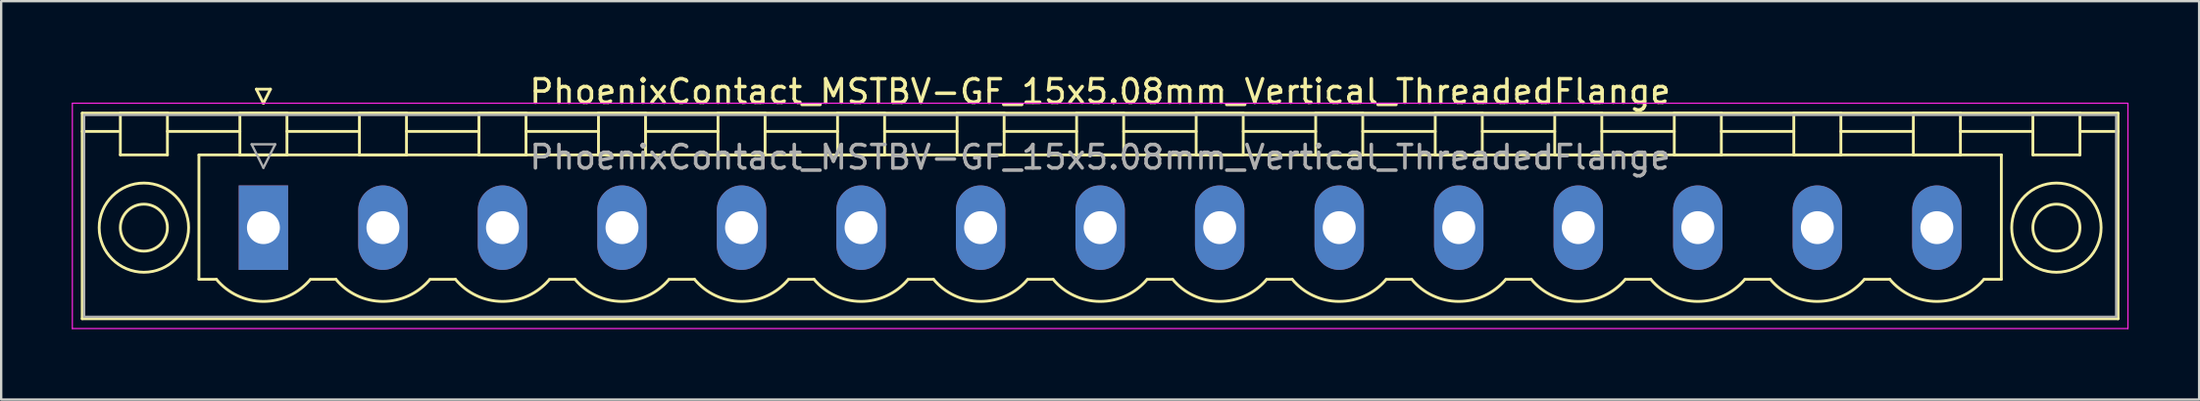
<source format=kicad_pcb>
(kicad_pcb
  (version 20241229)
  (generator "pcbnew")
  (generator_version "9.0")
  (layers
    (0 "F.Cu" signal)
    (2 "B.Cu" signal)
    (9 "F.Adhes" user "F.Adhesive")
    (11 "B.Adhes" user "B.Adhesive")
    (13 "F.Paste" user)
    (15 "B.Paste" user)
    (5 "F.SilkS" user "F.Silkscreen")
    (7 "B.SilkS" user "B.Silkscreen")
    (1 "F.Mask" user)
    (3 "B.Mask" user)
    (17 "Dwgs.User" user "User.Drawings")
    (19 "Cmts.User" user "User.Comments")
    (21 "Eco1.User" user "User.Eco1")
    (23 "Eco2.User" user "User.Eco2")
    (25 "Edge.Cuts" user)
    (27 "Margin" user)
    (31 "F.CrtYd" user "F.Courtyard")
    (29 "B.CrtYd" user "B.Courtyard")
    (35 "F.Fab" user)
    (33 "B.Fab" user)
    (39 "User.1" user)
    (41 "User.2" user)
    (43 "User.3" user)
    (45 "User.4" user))
  (footprint "PhoenixContact_MSTBV-GF_15x5.08mm_Vertical_ThreadedFlange"
    (layer "F.Cu")
    (at 8.145 6.648)
    (property "Reference" "PhoenixContact_MSTBV-GF_15x5.08mm_Vertical_ThreadedFlange" (at 35.56 -5.8 0) (layer "F.SilkS") (effects (font (size 1 1) (thickness 0.15))))
    (attr through_hole)
    (fp_line (start -7.7 -4.88) (end -7.7 3.88) (stroke (width 0.12) (type solid)) (layer "F.SilkS"))
    (fp_line (start -7.7 -4.1) (end -6.16 -4.1) (stroke (width 0.12) (type solid)) (layer "F.SilkS"))
    (fp_line (start -7.7 3.88) (end 78.82 3.88) (stroke (width 0.12) (type solid)) (layer "F.SilkS"))
    (fp_line (start -6.08 -4.88) (end -4.08 -4.88) (stroke (width 0.12) (type solid)) (layer "F.SilkS"))
    (fp_line (start -6.08 -3.1) (end -6.08 -4.88) (stroke (width 0.12) (type solid)) (layer "F.SilkS"))
    (fp_line (start -4.08 -4.88) (end -4.08 -3.1) (stroke (width 0.12) (type solid)) (layer "F.SilkS"))
    (fp_line (start -4.08 -4.1) (end -1 -4.1) (stroke (width 0.12) (type solid)) (layer "F.SilkS"))
    (fp_line (start -4.08 -3.1) (end -6.08 -3.1) (stroke (width 0.12) (type solid)) (layer "F.SilkS"))
    (fp_line (start -2.74 -3.1) (end 73.86 -3.1) (stroke (width 0.12) (type solid)) (layer "F.SilkS"))
    (fp_line (start -2.74 2.2) (end -2.74 -3.1) (stroke (width 0.12) (type solid)) (layer "F.SilkS"))
    (fp_line (start -2 2.2) (end -2.74 2.2) (stroke (width 0.12) (type solid)) (layer "F.SilkS"))
    (fp_line (start -1 -4.88) (end 1 -4.88) (stroke (width 0.12) (type solid)) (layer "F.SilkS"))
    (fp_line (start -1 -3.1) (end -1 -4.88) (stroke (width 0.12) (type solid)) (layer "F.SilkS"))
    (fp_line (start -0.3 -5.9) (end 0.3 -5.9) (stroke (width 0.12) (type solid)) (layer "F.SilkS"))
    (fp_line (start 0 -5.3) (end -0.3 -5.9) (stroke (width 0.12) (type solid)) (layer "F.SilkS"))
    (fp_line (start 0.3 -5.9) (end 0 -5.3) (stroke (width 0.12) (type solid)) (layer "F.SilkS"))
    (fp_line (start 1 -4.88) (end 1 -3.1) (stroke (width 0.12) (type solid)) (layer "F.SilkS"))
    (fp_line (start 1 -4.1) (end 4.08 -4.1) (stroke (width 0.12) (type solid)) (layer "F.SilkS"))
    (fp_line (start 1 -3.1) (end -1 -3.1) (stroke (width 0.12) (type solid)) (layer "F.SilkS"))
    (fp_line (start 2 2.2) (end 3.08 2.2) (stroke (width 0.12) (type solid)) (layer "F.SilkS"))
    (fp_line (start 4.08 -4.88) (end 6.08 -4.88) (stroke (width 0.12) (type solid)) (layer "F.SilkS"))
    (fp_line (start 4.08 -3.1) (end 4.08 -4.88) (stroke (width 0.12) (type solid)) (layer "F.SilkS"))
    (fp_line (start 6.08 -4.88) (end 6.08 -3.1) (stroke (width 0.12) (type solid)) (layer "F.SilkS"))
    (fp_line (start 6.08 -4.1) (end 9.16 -4.1) (stroke (width 0.12) (type solid)) (layer "F.SilkS"))
    (fp_line (start 6.08 -3.1) (end 4.08 -3.1) (stroke (width 0.12) (type solid)) (layer "F.SilkS"))
    (fp_line (start 7.08 2.2) (end 8.16 2.2) (stroke (width 0.12) (type solid)) (layer "F.SilkS"))
    (fp_line (start 9.16 -4.88) (end 11.16 -4.88) (stroke (width 0.12) (type solid)) (layer "F.SilkS"))
    (fp_line (start 9.16 -3.1) (end 9.16 -4.88) (stroke (width 0.12) (type solid)) (layer "F.SilkS"))
    (fp_line (start 11.16 -4.88) (end 11.16 -3.1) (stroke (width 0.12) (type solid)) (layer "F.SilkS"))
    (fp_line (start 11.16 -4.1) (end 14.24 -4.1) (stroke (width 0.12) (type solid)) (layer "F.SilkS"))
    (fp_line (start 11.16 -3.1) (end 9.16 -3.1) (stroke (width 0.12) (type solid)) (layer "F.SilkS"))
    (fp_line (start 12.16 2.2) (end 13.24 2.2) (stroke (width 0.12) (type solid)) (layer "F.SilkS"))
    (fp_line (start 14.24 -4.88) (end 16.24 -4.88) (stroke (width 0.12) (type solid)) (layer "F.SilkS"))
    (fp_line (start 14.24 -3.1) (end 14.24 -4.88) (stroke (width 0.12) (type solid)) (layer "F.SilkS"))
    (fp_line (start 16.24 -4.88) (end 16.24 -3.1) (stroke (width 0.12) (type solid)) (layer "F.SilkS"))
    (fp_line (start 16.24 -4.1) (end 19.32 -4.1) (stroke (width 0.12) (type solid)) (layer "F.SilkS"))
    (fp_line (start 16.24 -3.1) (end 14.24 -3.1) (stroke (width 0.12) (type solid)) (layer "F.SilkS"))
    (fp_line (start 17.24 2.2) (end 18.32 2.2) (stroke (width 0.12) (type solid)) (layer "F.SilkS"))
    (fp_line (start 19.32 -4.88) (end 21.32 -4.88) (stroke (width 0.12) (type solid)) (layer "F.SilkS"))
    (fp_line (start 19.32 -3.1) (end 19.32 -4.88) (stroke (width 0.12) (type solid)) (layer "F.SilkS"))
    (fp_line (start 21.32 -4.88) (end 21.32 -3.1) (stroke (width 0.12) (type solid)) (layer "F.SilkS"))
    (fp_line (start 21.32 -4.1) (end 24.4 -4.1) (stroke (width 0.12) (type solid)) (layer "F.SilkS"))
    (fp_line (start 21.32 -3.1) (end 19.32 -3.1) (stroke (width 0.12) (type solid)) (layer "F.SilkS"))
    (fp_line (start 22.32 2.2) (end 23.4 2.2) (stroke (width 0.12) (type solid)) (layer "F.SilkS"))
    (fp_line (start 24.4 -4.88) (end 26.4 -4.88) (stroke (width 0.12) (type solid)) (layer "F.SilkS"))
    (fp_line (start 24.4 -3.1) (end 24.4 -4.88) (stroke (width 0.12) (type solid)) (layer "F.SilkS"))
    (fp_line (start 26.4 -4.88) (end 26.4 -3.1) (stroke (width 0.12) (type solid)) (layer "F.SilkS"))
    (fp_line (start 26.4 -4.1) (end 29.48 -4.1) (stroke (width 0.12) (type solid)) (layer "F.SilkS"))
    (fp_line (start 26.4 -3.1) (end 24.4 -3.1) (stroke (width 0.12) (type solid)) (layer "F.SilkS"))
    (fp_line (start 27.4 2.2) (end 28.48 2.2) (stroke (width 0.12) (type solid)) (layer "F.SilkS"))
    (fp_line (start 29.48 -4.88) (end 31.48 -4.88) (stroke (width 0.12) (type solid)) (layer "F.SilkS"))
    (fp_line (start 29.48 -3.1) (end 29.48 -4.88) (stroke (width 0.12) (type solid)) (layer "F.SilkS"))
    (fp_line (start 31.48 -4.88) (end 31.48 -3.1) (stroke (width 0.12) (type solid)) (layer "F.SilkS"))
    (fp_line (start 31.48 -4.1) (end 34.56 -4.1) (stroke (width 0.12) (type solid)) (layer "F.SilkS"))
    (fp_line (start 31.48 -3.1) (end 29.48 -3.1) (stroke (width 0.12) (type solid)) (layer "F.SilkS"))
    (fp_line (start 32.48 2.2) (end 33.56 2.2) (stroke (width 0.12) (type solid)) (layer "F.SilkS"))
    (fp_line (start 34.56 -4.88) (end 36.56 -4.88) (stroke (width 0.12) (type solid)) (layer "F.SilkS"))
    (fp_line (start 34.56 -3.1) (end 34.56 -4.88) (stroke (width 0.12) (type solid)) (layer "F.SilkS"))
    (fp_line (start 36.56 -4.88) (end 36.56 -3.1) (stroke (width 0.12) (type solid)) (layer "F.SilkS"))
    (fp_line (start 36.56 -4.1) (end 39.64 -4.1) (stroke (width 0.12) (type solid)) (layer "F.SilkS"))
    (fp_line (start 36.56 -3.1) (end 34.56 -3.1) (stroke (width 0.12) (type solid)) (layer "F.SilkS"))
    (fp_line (start 37.56 2.2) (end 38.64 2.2) (stroke (width 0.12) (type solid)) (layer "F.SilkS"))
    (fp_line (start 39.64 -4.88) (end 41.64 -4.88) (stroke (width 0.12) (type solid)) (layer "F.SilkS"))
    (fp_line (start 39.64 -3.1) (end 39.64 -4.88) (stroke (width 0.12) (type solid)) (layer "F.SilkS"))
    (fp_line (start 41.64 -4.88) (end 41.64 -3.1) (stroke (width 0.12) (type solid)) (layer "F.SilkS"))
    (fp_line (start 41.64 -4.1) (end 44.72 -4.1) (stroke (width 0.12) (type solid)) (layer "F.SilkS"))
    (fp_line (start 41.64 -3.1) (end 39.64 -3.1) (stroke (width 0.12) (type solid)) (layer "F.SilkS"))
    (fp_line (start 42.64 2.2) (end 43.72 2.2) (stroke (width 0.12) (type solid)) (layer "F.SilkS"))
    (fp_line (start 44.72 -4.88) (end 46.72 -4.88) (stroke (width 0.12) (type solid)) (layer "F.SilkS"))
    (fp_line (start 44.72 -3.1) (end 44.72 -4.88) (stroke (width 0.12) (type solid)) (layer "F.SilkS"))
    (fp_line (start 46.72 -4.88) (end 46.72 -3.1) (stroke (width 0.12) (type solid)) (layer "F.SilkS"))
    (fp_line (start 46.72 -4.1) (end 49.8 -4.1) (stroke (width 0.12) (type solid)) (layer "F.SilkS"))
    (fp_line (start 46.72 -3.1) (end 44.72 -3.1) (stroke (width 0.12) (type solid)) (layer "F.SilkS"))
    (fp_line (start 47.72 2.2) (end 48.8 2.2) (stroke (width 0.12) (type solid)) (layer "F.SilkS"))
    (fp_line (start 49.8 -4.88) (end 51.8 -4.88) (stroke (width 0.12) (type solid)) (layer "F.SilkS"))
    (fp_line (start 49.8 -3.1) (end 49.8 -4.88) (stroke (width 0.12) (type solid)) (layer "F.SilkS"))
    (fp_line (start 51.8 -4.88) (end 51.8 -3.1) (stroke (width 0.12) (type solid)) (layer "F.SilkS"))
    (fp_line (start 51.8 -4.1) (end 54.88 -4.1) (stroke (width 0.12) (type solid)) (layer "F.SilkS"))
    (fp_line (start 51.8 -3.1) (end 49.8 -3.1) (stroke (width 0.12) (type solid)) (layer "F.SilkS"))
    (fp_line (start 52.8 2.2) (end 53.88 2.2) (stroke (width 0.12) (type solid)) (layer "F.SilkS"))
    (fp_line (start 54.88 -4.88) (end 56.88 -4.88) (stroke (width 0.12) (type solid)) (layer "F.SilkS"))
    (fp_line (start 54.88 -3.1) (end 54.88 -4.88) (stroke (width 0.12) (type solid)) (layer "F.SilkS"))
    (fp_line (start 56.88 -4.88) (end 56.88 -3.1) (stroke (width 0.12) (type solid)) (layer "F.SilkS"))
    (fp_line (start 56.88 -4.1) (end 59.96 -4.1) (stroke (width 0.12) (type solid)) (layer "F.SilkS"))
    (fp_line (start 56.88 -3.1) (end 54.88 -3.1) (stroke (width 0.12) (type solid)) (layer "F.SilkS"))
    (fp_line (start 57.88 2.2) (end 58.96 2.2) (stroke (width 0.12) (type solid)) (layer "F.SilkS"))
    (fp_line (start 59.96 -4.88) (end 61.96 -4.88) (stroke (width 0.12) (type solid)) (layer "F.SilkS"))
    (fp_line (start 59.96 -3.1) (end 59.96 -4.88) (stroke (width 0.12) (type solid)) (layer "F.SilkS"))
    (fp_line (start 61.96 -4.88) (end 61.96 -3.1) (stroke (width 0.12) (type solid)) (layer "F.SilkS"))
    (fp_line (start 61.96 -4.1) (end 65.04 -4.1) (stroke (width 0.12) (type solid)) (layer "F.SilkS"))
    (fp_line (start 61.96 -3.1) (end 59.96 -3.1) (stroke (width 0.12) (type solid)) (layer "F.SilkS"))
    (fp_line (start 62.96 2.2) (end 64.04 2.2) (stroke (width 0.12) (type solid)) (layer "F.SilkS"))
    (fp_line (start 65.04 -4.88) (end 67.04 -4.88) (stroke (width 0.12) (type solid)) (layer "F.SilkS"))
    (fp_line (start 65.04 -3.1) (end 65.04 -4.88) (stroke (width 0.12) (type solid)) (layer "F.SilkS"))
    (fp_line (start 67.04 -4.88) (end 67.04 -3.1) (stroke (width 0.12) (type solid)) (layer "F.SilkS"))
    (fp_line (start 67.04 -4.1) (end 70.12 -4.1) (stroke (width 0.12) (type solid)) (layer "F.SilkS"))
    (fp_line (start 67.04 -3.1) (end 65.04 -3.1) (stroke (width 0.12) (type solid)) (layer "F.SilkS"))
    (fp_line (start 68.04 2.2) (end 69.12 2.2) (stroke (width 0.12) (type solid)) (layer "F.SilkS"))
    (fp_line (start 70.12 -4.88) (end 72.12 -4.88) (stroke (width 0.12) (type solid)) (layer "F.SilkS"))
    (fp_line (start 70.12 -3.1) (end 70.12 -4.88) (stroke (width 0.12) (type solid)) (layer "F.SilkS"))
    (fp_line (start 72.12 -4.88) (end 72.12 -3.1) (stroke (width 0.12) (type solid)) (layer "F.SilkS"))
    (fp_line (start 72.12 -4.1) (end 75.2 -4.1) (stroke (width 0.12) (type solid)) (layer "F.SilkS"))
    (fp_line (start 72.12 -3.1) (end 70.12 -3.1) (stroke (width 0.12) (type solid)) (layer "F.SilkS"))
    (fp_line (start 73.86 -3.1) (end 73.86 2.2) (stroke (width 0.12) (type solid)) (layer "F.SilkS"))
    (fp_line (start 73.86 2.2) (end 73.12 2.2) (stroke (width 0.12) (type solid)) (layer "F.SilkS"))
    (fp_line (start 75.2 -4.88) (end 77.2 -4.88) (stroke (width 0.12) (type solid)) (layer "F.SilkS"))
    (fp_line (start 75.2 -3.1) (end 75.2 -4.88) (stroke (width 0.12) (type solid)) (layer "F.SilkS"))
    (fp_line (start 77.2 -4.88) (end 77.2 -3.1) (stroke (width 0.12) (type solid)) (layer "F.SilkS"))
    (fp_line (start 77.2 -3.1) (end 75.2 -3.1) (stroke (width 0.12) (type solid)) (layer "F.SilkS"))
    (fp_line (start 78.82 -4.88) (end -7.7 -4.88) (stroke (width 0.12) (type solid)) (layer "F.SilkS"))
    (fp_line (start 78.82 -4.1) (end 77.28 -4.1) (stroke (width 0.12) (type solid)) (layer "F.SilkS"))
    (fp_line (start 78.82 3.88) (end 78.82 -4.88) (stroke (width 0.12) (type solid)) (layer "F.SilkS"))
    (fp_arc (start 1.986842 2.215821) (mid -0.010289 3.142758) (end -2 2.2) (stroke (width 0.12) (type solid)) (layer "F.SilkS"))
    (fp_arc (start 7.066842 2.215821) (mid 5.069711 3.142758) (end 3.08 2.2) (stroke (width 0.12) (type solid)) (layer "F.SilkS"))
    (fp_arc (start 12.146842 2.215821) (mid 10.149711 3.142758) (end 8.16 2.2) (stroke (width 0.12) (type solid)) (layer "F.SilkS"))
    (fp_arc (start 17.226842 2.215821) (mid 15.229711 3.142758) (end 13.24 2.2) (stroke (width 0.12) (type solid)) (layer "F.SilkS"))
    (fp_arc (start 22.306842 2.215821) (mid 20.309711 3.142758) (end 18.32 2.2) (stroke (width 0.12) (type solid)) (layer "F.SilkS"))
    (fp_arc (start 27.386842 2.215821) (mid 25.389711 3.142758) (end 23.4 2.2) (stroke (width 0.12) (type solid)) (layer "F.SilkS"))
    (fp_arc (start 32.466842 2.215821) (mid 30.469711 3.142758) (end 28.48 2.2) (stroke (width 0.12) (type solid)) (layer "F.SilkS"))
    (fp_arc (start 37.546842 2.215821) (mid 35.549711 3.142758) (end 33.56 2.2) (stroke (width 0.12) (type solid)) (layer "F.SilkS"))
    (fp_arc (start 42.626842 2.215821) (mid 40.629711 3.142758) (end 38.64 2.2) (stroke (width 0.12) (type solid)) (layer "F.SilkS"))
    (fp_arc (start 47.706842 2.215821) (mid 45.709711 3.142758) (end 43.72 2.2) (stroke (width 0.12) (type solid)) (layer "F.SilkS"))
    (fp_arc (start 52.786842 2.215821) (mid 50.789711 3.142758) (end 48.8 2.2) (stroke (width 0.12) (type solid)) (layer "F.SilkS"))
    (fp_arc (start 57.866842 2.215821) (mid 55.869711 3.142758) (end 53.88 2.2) (stroke (width 0.12) (type solid)) (layer "F.SilkS"))
    (fp_arc (start 62.946842 2.215821) (mid 60.949711 3.142758) (end 58.96 2.2) (stroke (width 0.12) (type solid)) (layer "F.SilkS"))
    (fp_arc (start 68.026842 2.215821) (mid 66.029711 3.142758) (end 64.04 2.2) (stroke (width 0.12) (type solid)) (layer "F.SilkS"))
    (fp_arc (start 73.106842 2.215821) (mid 71.109711 3.142758) (end 69.12 2.2) (stroke (width 0.12) (type solid)) (layer "F.SilkS"))
    (fp_circle (center -5.08 0) (end -4.08 0) (stroke (width 0.12) (type solid)) (fill no) (layer "F.SilkS"))
    (fp_circle (center -5.08 0) (end -3.18 0) (stroke (width 0.12) (type solid)) (fill no) (layer "F.SilkS"))
    (fp_circle (center 76.2 0) (end 77.2 0) (stroke (width 0.12) (type solid)) (fill no) (layer "F.SilkS"))
    (fp_circle (center 76.2 0) (end 78.1 0) (stroke (width 0.12) (type solid)) (fill no) (layer "F.SilkS"))
    (fp_line (start -8.12 -5.3) (end -8.12 4.3) (stroke (width 0.05) (type solid)) (layer "F.CrtYd"))
    (fp_line (start -8.12 4.3) (end 79.24 4.3) (stroke (width 0.05) (type solid)) (layer "F.CrtYd"))
    (fp_line (start 79.24 -5.3) (end -8.12 -5.3) (stroke (width 0.05) (type solid)) (layer "F.CrtYd"))
    (fp_line (start 79.24 4.3) (end 79.24 -5.3) (stroke (width 0.05) (type solid)) (layer "F.CrtYd"))
    (fp_line (start -7.62 -4.8) (end -7.62 3.8) (stroke (width 0.1) (type solid)) (layer "F.Fab"))
    (fp_line (start -7.62 3.8) (end 78.74 3.8) (stroke (width 0.1) (type solid)) (layer "F.Fab"))
    (fp_line (start -0.5 -3.55) (end 0.5 -3.55) (stroke (width 0.1) (type solid)) (layer "F.Fab"))
    (fp_line (start 0 -2.55) (end -0.5 -3.55) (stroke (width 0.1) (type solid)) (layer "F.Fab"))
    (fp_line (start 0.5 -3.55) (end 0 -2.55) (stroke (width 0.1) (type solid)) (layer "F.Fab"))
    (fp_line (start 78.74 -4.8) (end -7.62 -4.8) (stroke (width 0.1) (type solid)) (layer "F.Fab"))
    (fp_line (start 78.74 3.8) (end 78.74 -4.8) (stroke (width 0.1) (type solid)) (layer "F.Fab"))
    (fp_text user "${REFERENCE}" (at 35.56 -3 0) (layer "F.Fab") (effects (font (size 1 1) (thickness 0.15))))
    (pad "1" thru_hole rect (at 0 0) (size 2.1 3.6) (drill 1.4) (layers "*.Cu" "*.Mask"))
    (pad "2" thru_hole oval (at 5.08 0) (size 2.1 3.6) (drill 1.4) (layers "*.Cu" "*.Mask"))
    (pad "3" thru_hole oval (at 10.16 0) (size 2.1 3.6) (drill 1.4) (layers "*.Cu" "*.Mask"))
    (pad "4" thru_hole oval (at 15.24 0) (size 2.1 3.6) (drill 1.4) (layers "*.Cu" "*.Mask"))
    (pad "5" thru_hole oval (at 20.32 0) (size 2.1 3.6) (drill 1.4) (layers "*.Cu" "*.Mask"))
    (pad "6" thru_hole oval (at 25.4 0) (size 2.1 3.6) (drill 1.4) (layers "*.Cu" "*.Mask"))
    (pad "7" thru_hole oval (at 30.48 0) (size 2.1 3.6) (drill 1.4) (layers "*.Cu" "*.Mask"))
    (pad "8" thru_hole oval (at 35.56 0) (size 2.1 3.6) (drill 1.4) (layers "*.Cu" "*.Mask"))
    (pad "9" thru_hole oval (at 40.64 0) (size 2.1 3.6) (drill 1.4) (layers "*.Cu" "*.Mask"))
    (pad "10" thru_hole oval (at 45.72 0) (size 2.1 3.6) (drill 1.4) (layers "*.Cu" "*.Mask"))
    (pad "11" thru_hole oval (at 50.8 0) (size 2.1 3.6) (drill 1.4) (layers "*.Cu" "*.Mask"))
    (pad "12" thru_hole oval (at 55.88 0) (size 2.1 3.6) (drill 1.4) (layers "*.Cu" "*.Mask"))
    (pad "13" thru_hole oval (at 60.96 0) (size 2.1 3.6) (drill 1.4) (layers "*.Cu" "*.Mask"))
    (pad "14" thru_hole oval (at 66.04 0) (size 2.1 3.6) (drill 1.4) (layers "*.Cu" "*.Mask"))
    (pad "15" thru_hole oval (at 71.12 0) (size 2.1 3.6) (drill 1.4) (layers "*.Cu" "*.Mask")))
  (gr_rect
    (start -3 -3)
    (end 90.41 13.973)
    (stroke (width 0.1) (type default))
    (fill no)
    (layer "Edge.Cuts")))
</source>
